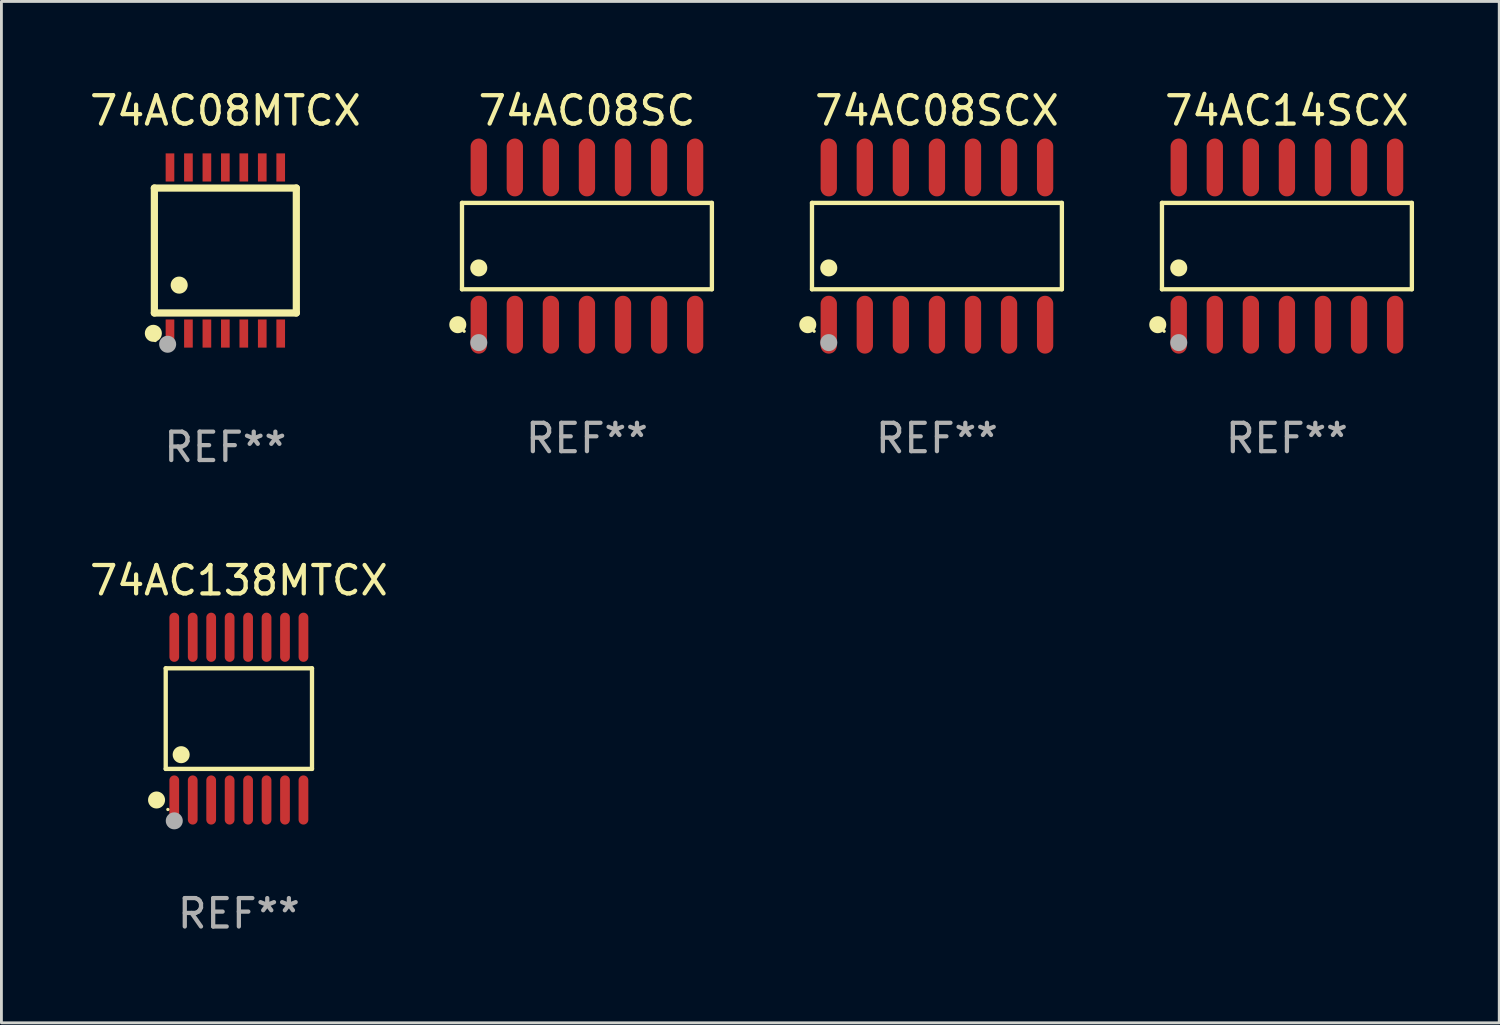
<source format=kicad_pcb>
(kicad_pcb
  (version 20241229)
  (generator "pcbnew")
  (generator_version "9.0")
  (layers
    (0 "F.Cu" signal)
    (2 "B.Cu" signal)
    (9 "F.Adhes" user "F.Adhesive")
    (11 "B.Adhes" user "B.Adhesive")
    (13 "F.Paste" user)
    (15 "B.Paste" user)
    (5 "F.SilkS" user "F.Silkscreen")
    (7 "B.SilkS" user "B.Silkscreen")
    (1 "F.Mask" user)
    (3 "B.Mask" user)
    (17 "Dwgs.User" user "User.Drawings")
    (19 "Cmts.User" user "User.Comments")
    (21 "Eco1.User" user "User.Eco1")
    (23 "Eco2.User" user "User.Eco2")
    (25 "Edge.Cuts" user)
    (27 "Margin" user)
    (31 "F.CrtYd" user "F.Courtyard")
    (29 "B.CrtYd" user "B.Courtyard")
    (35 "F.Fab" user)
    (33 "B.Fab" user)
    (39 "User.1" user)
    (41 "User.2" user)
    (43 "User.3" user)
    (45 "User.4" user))
  (footprint "74AC08MTCX"
    (layer "F.Cu")
    (at 4.887 5.773)
    (property "Reference" "74AC08MTCX" (at 0 -4.925 0) (layer "F.SilkS") (effects (font (size 1 1) (thickness 0.15))))
    (attr through_hole)
    (fp_line (start -2.5 2.2) (end -2.5 -2.2) (stroke (width 0.254) (type solid)) (layer "F.SilkS"))
    (fp_line (start -2.5 2.2) (end 2.5 2.2) (stroke (width 0.254) (type solid)) (layer "F.SilkS"))
    (fp_line (start 2.5 -2.2) (end -2.5 -2.2) (stroke (width 0.254) (type solid)) (layer "F.SilkS"))
    (fp_line (start 2.5 -2.2) (end 2.5 2.2) (stroke (width 0.254) (type solid)) (layer "F.SilkS"))
    (fp_circle (center -2.536 2.917) (end -2.386 2.917) (stroke (width 0.3) (type solid)) (fill no) (layer "F.SilkS"))
    (fp_circle (center -2.47 3.17) (end -2.44 3.17) (stroke (width 0.06) (type solid)) (fill no) (layer "F.SilkS"))
    (fp_circle (center -1.626 1.219) (end -1.475 1.219) (stroke (width 0.3) (type solid)) (fill no) (layer "F.SilkS"))
    (fp_circle (center -2.032 3.302) (end -1.882 3.302) (stroke (width 0.3) (type solid)) (fill no) (layer "F.Fab"))
    (fp_text user "REF**" (at 0 6.925 0) (layer "F.Fab") (effects (font (size 1 1) (thickness 0.15))))
    (pad "1" smd rect (at -1.95 2.925) (size 0.305 0.991) (layers "F.Cu" "F.Mask" "F.Paste"))
    (pad "2" smd rect (at -1.3 2.925) (size 0.305 0.991) (layers "F.Cu" "F.Mask" "F.Paste"))
    (pad "3" smd rect (at -0.65 2.925) (size 0.305 0.991) (layers "F.Cu" "F.Mask" "F.Paste"))
    (pad "4" smd rect (at 0 2.925) (size 0.305 0.991) (layers "F.Cu" "F.Mask" "F.Paste"))
    (pad "5" smd rect (at 0.65 2.925) (size 0.305 0.991) (layers "F.Cu" "F.Mask" "F.Paste"))
    (pad "6" smd rect (at 1.3 2.925) (size 0.305 0.991) (layers "F.Cu" "F.Mask" "F.Paste"))
    (pad "7" smd rect (at 1.95 2.925) (size 0.305 0.991) (layers "F.Cu" "F.Mask" "F.Paste"))
    (pad "8" smd rect (at 1.95 -2.925) (size 0.305 0.991) (layers "F.Cu" "F.Mask" "F.Paste"))
    (pad "9" smd rect (at 1.3 -2.925) (size 0.305 0.991) (layers "F.Cu" "F.Mask" "F.Paste"))
    (pad "10" smd rect (at 0.65 -2.925) (size 0.305 0.991) (layers "F.Cu" "F.Mask" "F.Paste"))
    (pad "11" smd rect (at 0 -2.925) (size 0.305 0.991) (layers "F.Cu" "F.Mask" "F.Paste"))
    (pad "12" smd rect (at -0.65 -2.925) (size 0.305 0.991) (layers "F.Cu" "F.Mask" "F.Paste"))
    (pad "13" smd rect (at -1.3 -2.925) (size 0.305 0.991) (layers "F.Cu" "F.Mask" "F.Paste"))
    (pad "14" smd rect (at -1.95 -2.925) (size 0.305 0.991) (layers "F.Cu" "F.Mask" "F.Paste")))
  (footprint "74AC08SC"
    (layer "F.Cu")
    (at 17.623 5.617)
    (property "Reference" "74AC08SC" (at 0 -4.769 0) (layer "F.SilkS") (effects (font (size 1 1) (thickness 0.15))))
    (attr through_hole)
    (fp_line (start -4.401 -1.521) (end 4.401 -1.521) (stroke (width 0.152) (type solid)) (layer "F.SilkS"))
    (fp_line (start -4.401 1.521) (end -4.401 -1.521) (stroke (width 0.152) (type solid)) (layer "F.SilkS"))
    (fp_line (start 4.401 -1.521) (end 4.401 1.521) (stroke (width 0.152) (type solid)) (layer "F.SilkS"))
    (fp_line (start 4.401 1.521) (end -4.401 1.521) (stroke (width 0.152) (type solid)) (layer "F.SilkS"))
    (fp_circle (center -4.549 2.769) (end -4.399 2.769) (stroke (width 0.3) (type solid)) (fill no) (layer "F.SilkS"))
    (fp_circle (center -4.325 3) (end -4.295 3) (stroke (width 0.06) (type solid)) (fill no) (layer "F.SilkS"))
    (fp_circle (center -3.81 0.769) (end -3.66 0.769) (stroke (width 0.3) (type solid)) (fill no) (layer "F.SilkS"))
    (fp_circle (center -3.81 3.4) (end -3.66 3.4) (stroke (width 0.3) (type solid)) (fill no) (layer "F.Fab"))
    (fp_text user "REF**" (at 0 6.769 0) (layer "F.Fab") (effects (font (size 1 1) (thickness 0.15))))
    (pad "1" smd oval (at -3.81 2.769) (size 0.574 2.038) (layers "F.Cu" "F.Mask" "F.Paste"))
    (pad "2" smd oval (at -2.54 2.769) (size 0.574 2.038) (layers "F.Cu" "F.Mask" "F.Paste"))
    (pad "3" smd oval (at -1.27 2.769) (size 0.574 2.038) (layers "F.Cu" "F.Mask" "F.Paste"))
    (pad "4" smd oval (at 0 2.769) (size 0.574 2.038) (layers "F.Cu" "F.Mask" "F.Paste"))
    (pad "5" smd oval (at 1.27 2.769) (size 0.574 2.038) (layers "F.Cu" "F.Mask" "F.Paste"))
    (pad "6" smd oval (at 2.54 2.769) (size 0.574 2.038) (layers "F.Cu" "F.Mask" "F.Paste"))
    (pad "7" smd oval (at 3.81 2.769) (size 0.574 2.038) (layers "F.Cu" "F.Mask" "F.Paste"))
    (pad "8" smd oval (at 3.81 -2.769) (size 0.574 2.038) (layers "F.Cu" "F.Mask" "F.Paste"))
    (pad "9" smd oval (at 2.54 -2.769) (size 0.574 2.038) (layers "F.Cu" "F.Mask" "F.Paste"))
    (pad "10" smd oval (at 1.27 -2.769) (size 0.574 2.038) (layers "F.Cu" "F.Mask" "F.Paste"))
    (pad "11" smd oval (at 0 -2.769) (size 0.574 2.038) (layers "F.Cu" "F.Mask" "F.Paste"))
    (pad "12" smd oval (at -1.27 -2.769) (size 0.574 2.038) (layers "F.Cu" "F.Mask" "F.Paste"))
    (pad "13" smd oval (at -2.54 -2.769) (size 0.574 2.038) (layers "F.Cu" "F.Mask" "F.Paste"))
    (pad "14" smd oval (at -3.81 -2.769) (size 0.574 2.038) (layers "F.Cu" "F.Mask" "F.Paste")))
  (footprint "74AC08SCX"
    (layer "F.Cu")
    (at 29.95 5.617)
    (property "Reference" "74AC08SCX" (at 0 -4.769 0) (layer "F.SilkS") (effects (font (size 1 1) (thickness 0.15))))
    (attr through_hole)
    (fp_line (start -4.401 -1.521) (end 4.401 -1.521) (stroke (width 0.152) (type solid)) (layer "F.SilkS"))
    (fp_line (start -4.401 1.521) (end -4.401 -1.521) (stroke (width 0.152) (type solid)) (layer "F.SilkS"))
    (fp_line (start 4.401 -1.521) (end 4.401 1.521) (stroke (width 0.152) (type solid)) (layer "F.SilkS"))
    (fp_line (start 4.401 1.521) (end -4.401 1.521) (stroke (width 0.152) (type solid)) (layer "F.SilkS"))
    (fp_circle (center -4.549 2.769) (end -4.399 2.769) (stroke (width 0.3) (type solid)) (fill no) (layer "F.SilkS"))
    (fp_circle (center -4.325 3) (end -4.295 3) (stroke (width 0.06) (type solid)) (fill no) (layer "F.SilkS"))
    (fp_circle (center -3.81 0.769) (end -3.66 0.769) (stroke (width 0.3) (type solid)) (fill no) (layer "F.SilkS"))
    (fp_circle (center -3.81 3.4) (end -3.66 3.4) (stroke (width 0.3) (type solid)) (fill no) (layer "F.Fab"))
    (fp_text user "REF**" (at 0 6.769 0) (layer "F.Fab") (effects (font (size 1 1) (thickness 0.15))))
    (pad "1" smd oval (at -3.81 2.769) (size 0.574 2.038) (layers "F.Cu" "F.Mask" "F.Paste"))
    (pad "2" smd oval (at -2.54 2.769) (size 0.574 2.038) (layers "F.Cu" "F.Mask" "F.Paste"))
    (pad "3" smd oval (at -1.27 2.769) (size 0.574 2.038) (layers "F.Cu" "F.Mask" "F.Paste"))
    (pad "4" smd oval (at 0 2.769) (size 0.574 2.038) (layers "F.Cu" "F.Mask" "F.Paste"))
    (pad "5" smd oval (at 1.27 2.769) (size 0.574 2.038) (layers "F.Cu" "F.Mask" "F.Paste"))
    (pad "6" smd oval (at 2.54 2.769) (size 0.574 2.038) (layers "F.Cu" "F.Mask" "F.Paste"))
    (pad "7" smd oval (at 3.81 2.769) (size 0.574 2.038) (layers "F.Cu" "F.Mask" "F.Paste"))
    (pad "8" smd oval (at 3.81 -2.769) (size 0.574 2.038) (layers "F.Cu" "F.Mask" "F.Paste"))
    (pad "9" smd oval (at 2.54 -2.769) (size 0.574 2.038) (layers "F.Cu" "F.Mask" "F.Paste"))
    (pad "10" smd oval (at 1.27 -2.769) (size 0.574 2.038) (layers "F.Cu" "F.Mask" "F.Paste"))
    (pad "11" smd oval (at 0 -2.769) (size 0.574 2.038) (layers "F.Cu" "F.Mask" "F.Paste"))
    (pad "12" smd oval (at -1.27 -2.769) (size 0.574 2.038) (layers "F.Cu" "F.Mask" "F.Paste"))
    (pad "13" smd oval (at -2.54 -2.769) (size 0.574 2.038) (layers "F.Cu" "F.Mask" "F.Paste"))
    (pad "14" smd oval (at -3.81 -2.769) (size 0.574 2.038) (layers "F.Cu" "F.Mask" "F.Paste")))
  (footprint "74AC138MTCX"
    (layer "F.Cu")
    (at 5.363 22.261)
    (property "Reference" "74AC138MTCX" (at 0 -4.866 0) (layer "F.SilkS") (effects (font (size 1 1) (thickness 0.15))))
    (attr through_hole)
    (fp_line (start -2.576 -1.772) (end 2.576 -1.772) (stroke (width 0.152) (type solid)) (layer "F.SilkS"))
    (fp_line (start -2.576 1.771) (end -2.576 -1.772) (stroke (width 0.152) (type solid)) (layer "F.SilkS"))
    (fp_line (start 2.576 -1.772) (end 2.576 1.771) (stroke (width 0.152) (type solid)) (layer "F.SilkS"))
    (fp_line (start 2.576 1.771) (end -2.576 1.771) (stroke (width 0.152) (type solid)) (layer "F.SilkS"))
    (fp_circle (center -2.899 2.866) (end -2.749 2.866) (stroke (width 0.3) (type solid)) (fill no) (layer "F.SilkS"))
    (fp_circle (center -2.5 3.2) (end -2.47 3.2) (stroke (width 0.06) (type solid)) (fill no) (layer "F.SilkS"))
    (fp_circle (center -2.032 1.27) (end -1.882 1.27) (stroke (width 0.3) (type solid)) (fill no) (layer "F.SilkS"))
    (fp_circle (center -2.275 3.6) (end -2.125 3.6) (stroke (width 0.3) (type solid)) (fill no) (layer "F.Fab"))
    (fp_text user "REF**" (at 0 6.866 0) (layer "F.Fab") (effects (font (size 1 1) (thickness 0.15))))
    (pad "1" smd oval (at -2.275 2.866) (size 0.343 1.731) (layers "F.Cu" "F.Mask" "F.Paste"))
    (pad "2" smd oval (at -1.625 2.866) (size 0.343 1.731) (layers "F.Cu" "F.Mask" "F.Paste"))
    (pad "3" smd oval (at -0.975 2.866) (size 0.343 1.731) (layers "F.Cu" "F.Mask" "F.Paste"))
    (pad "4" smd oval (at -0.325 2.866) (size 0.343 1.731) (layers "F.Cu" "F.Mask" "F.Paste"))
    (pad "5" smd oval (at 0.325 2.866) (size 0.343 1.731) (layers "F.Cu" "F.Mask" "F.Paste"))
    (pad "6" smd oval (at 0.975 2.866) (size 0.343 1.731) (layers "F.Cu" "F.Mask" "F.Paste"))
    (pad "7" smd oval (at 1.625 2.866) (size 0.343 1.731) (layers "F.Cu" "F.Mask" "F.Paste"))
    (pad "8" smd oval (at 2.275 2.866) (size 0.343 1.731) (layers "F.Cu" "F.Mask" "F.Paste"))
    (pad "9" smd oval (at 2.275 -2.866) (size 0.343 1.731) (layers "F.Cu" "F.Mask" "F.Paste"))
    (pad "10" smd oval (at 1.625 -2.866) (size 0.343 1.731) (layers "F.Cu" "F.Mask" "F.Paste"))
    (pad "11" smd oval (at 0.975 -2.866) (size 0.343 1.731) (layers "F.Cu" "F.Mask" "F.Paste"))
    (pad "12" smd oval (at 0.325 -2.866) (size 0.343 1.731) (layers "F.Cu" "F.Mask" "F.Paste"))
    (pad "13" smd oval (at -0.325 -2.866) (size 0.343 1.731) (layers "F.Cu" "F.Mask" "F.Paste"))
    (pad "14" smd oval (at -0.975 -2.866) (size 0.343 1.731) (layers "F.Cu" "F.Mask" "F.Paste"))
    (pad "15" smd oval (at -1.625 -2.866) (size 0.343 1.731) (layers "F.Cu" "F.Mask" "F.Paste"))
    (pad "16" smd oval (at -2.275 -2.866) (size 0.343 1.731) (layers "F.Cu" "F.Mask" "F.Paste")))
  (footprint "74AC14SCX"
    (layer "F.Cu")
    (at 42.277 5.617)
    (property "Reference" "74AC14SCX" (at 0 -4.769 0) (layer "F.SilkS") (effects (font (size 1 1) (thickness 0.15))))
    (attr through_hole)
    (fp_line (start -4.401 -1.521) (end 4.401 -1.521) (stroke (width 0.152) (type solid)) (layer "F.SilkS"))
    (fp_line (start -4.401 1.521) (end -4.401 -1.521) (stroke (width 0.152) (type solid)) (layer "F.SilkS"))
    (fp_line (start 4.401 -1.521) (end 4.401 1.521) (stroke (width 0.152) (type solid)) (layer "F.SilkS"))
    (fp_line (start 4.401 1.521) (end -4.401 1.521) (stroke (width 0.152) (type solid)) (layer "F.SilkS"))
    (fp_circle (center -4.549 2.769) (end -4.399 2.769) (stroke (width 0.3) (type solid)) (fill no) (layer "F.SilkS"))
    (fp_circle (center -4.325 3) (end -4.295 3) (stroke (width 0.06) (type solid)) (fill no) (layer "F.SilkS"))
    (fp_circle (center -3.81 0.769) (end -3.66 0.769) (stroke (width 0.3) (type solid)) (fill no) (layer "F.SilkS"))
    (fp_circle (center -3.81 3.4) (end -3.66 3.4) (stroke (width 0.3) (type solid)) (fill no) (layer "F.Fab"))
    (fp_text user "REF**" (at 0 6.769 0) (layer "F.Fab") (effects (font (size 1 1) (thickness 0.15))))
    (pad "1" smd oval (at -3.81 2.769) (size 0.574 2.038) (layers "F.Cu" "F.Mask" "F.Paste"))
    (pad "2" smd oval (at -2.54 2.769) (size 0.574 2.038) (layers "F.Cu" "F.Mask" "F.Paste"))
    (pad "3" smd oval (at -1.27 2.769) (size 0.574 2.038) (layers "F.Cu" "F.Mask" "F.Paste"))
    (pad "4" smd oval (at 0 2.769) (size 0.574 2.038) (layers "F.Cu" "F.Mask" "F.Paste"))
    (pad "5" smd oval (at 1.27 2.769) (size 0.574 2.038) (layers "F.Cu" "F.Mask" "F.Paste"))
    (pad "6" smd oval (at 2.54 2.769) (size 0.574 2.038) (layers "F.Cu" "F.Mask" "F.Paste"))
    (pad "7" smd oval (at 3.81 2.769) (size 0.574 2.038) (layers "F.Cu" "F.Mask" "F.Paste"))
    (pad "8" smd oval (at 3.81 -2.769) (size 0.574 2.038) (layers "F.Cu" "F.Mask" "F.Paste"))
    (pad "9" smd oval (at 2.54 -2.769) (size 0.574 2.038) (layers "F.Cu" "F.Mask" "F.Paste"))
    (pad "10" smd oval (at 1.27 -2.769) (size 0.574 2.038) (layers "F.Cu" "F.Mask" "F.Paste"))
    (pad "11" smd oval (at 0 -2.769) (size 0.574 2.038) (layers "F.Cu" "F.Mask" "F.Paste"))
    (pad "12" smd oval (at -1.27 -2.769) (size 0.574 2.038) (layers "F.Cu" "F.Mask" "F.Paste"))
    (pad "13" smd oval (at -2.54 -2.769) (size 0.574 2.038) (layers "F.Cu" "F.Mask" "F.Paste"))
    (pad "14" smd oval (at -3.81 -2.769) (size 0.574 2.038) (layers "F.Cu" "F.Mask" "F.Paste")))
  (gr_rect
    (start -3 -3)
    (end 49.755 32.975)
    (stroke (width 0.1) (type default))
    (fill no)
    (layer "Edge.Cuts")))
</source>
